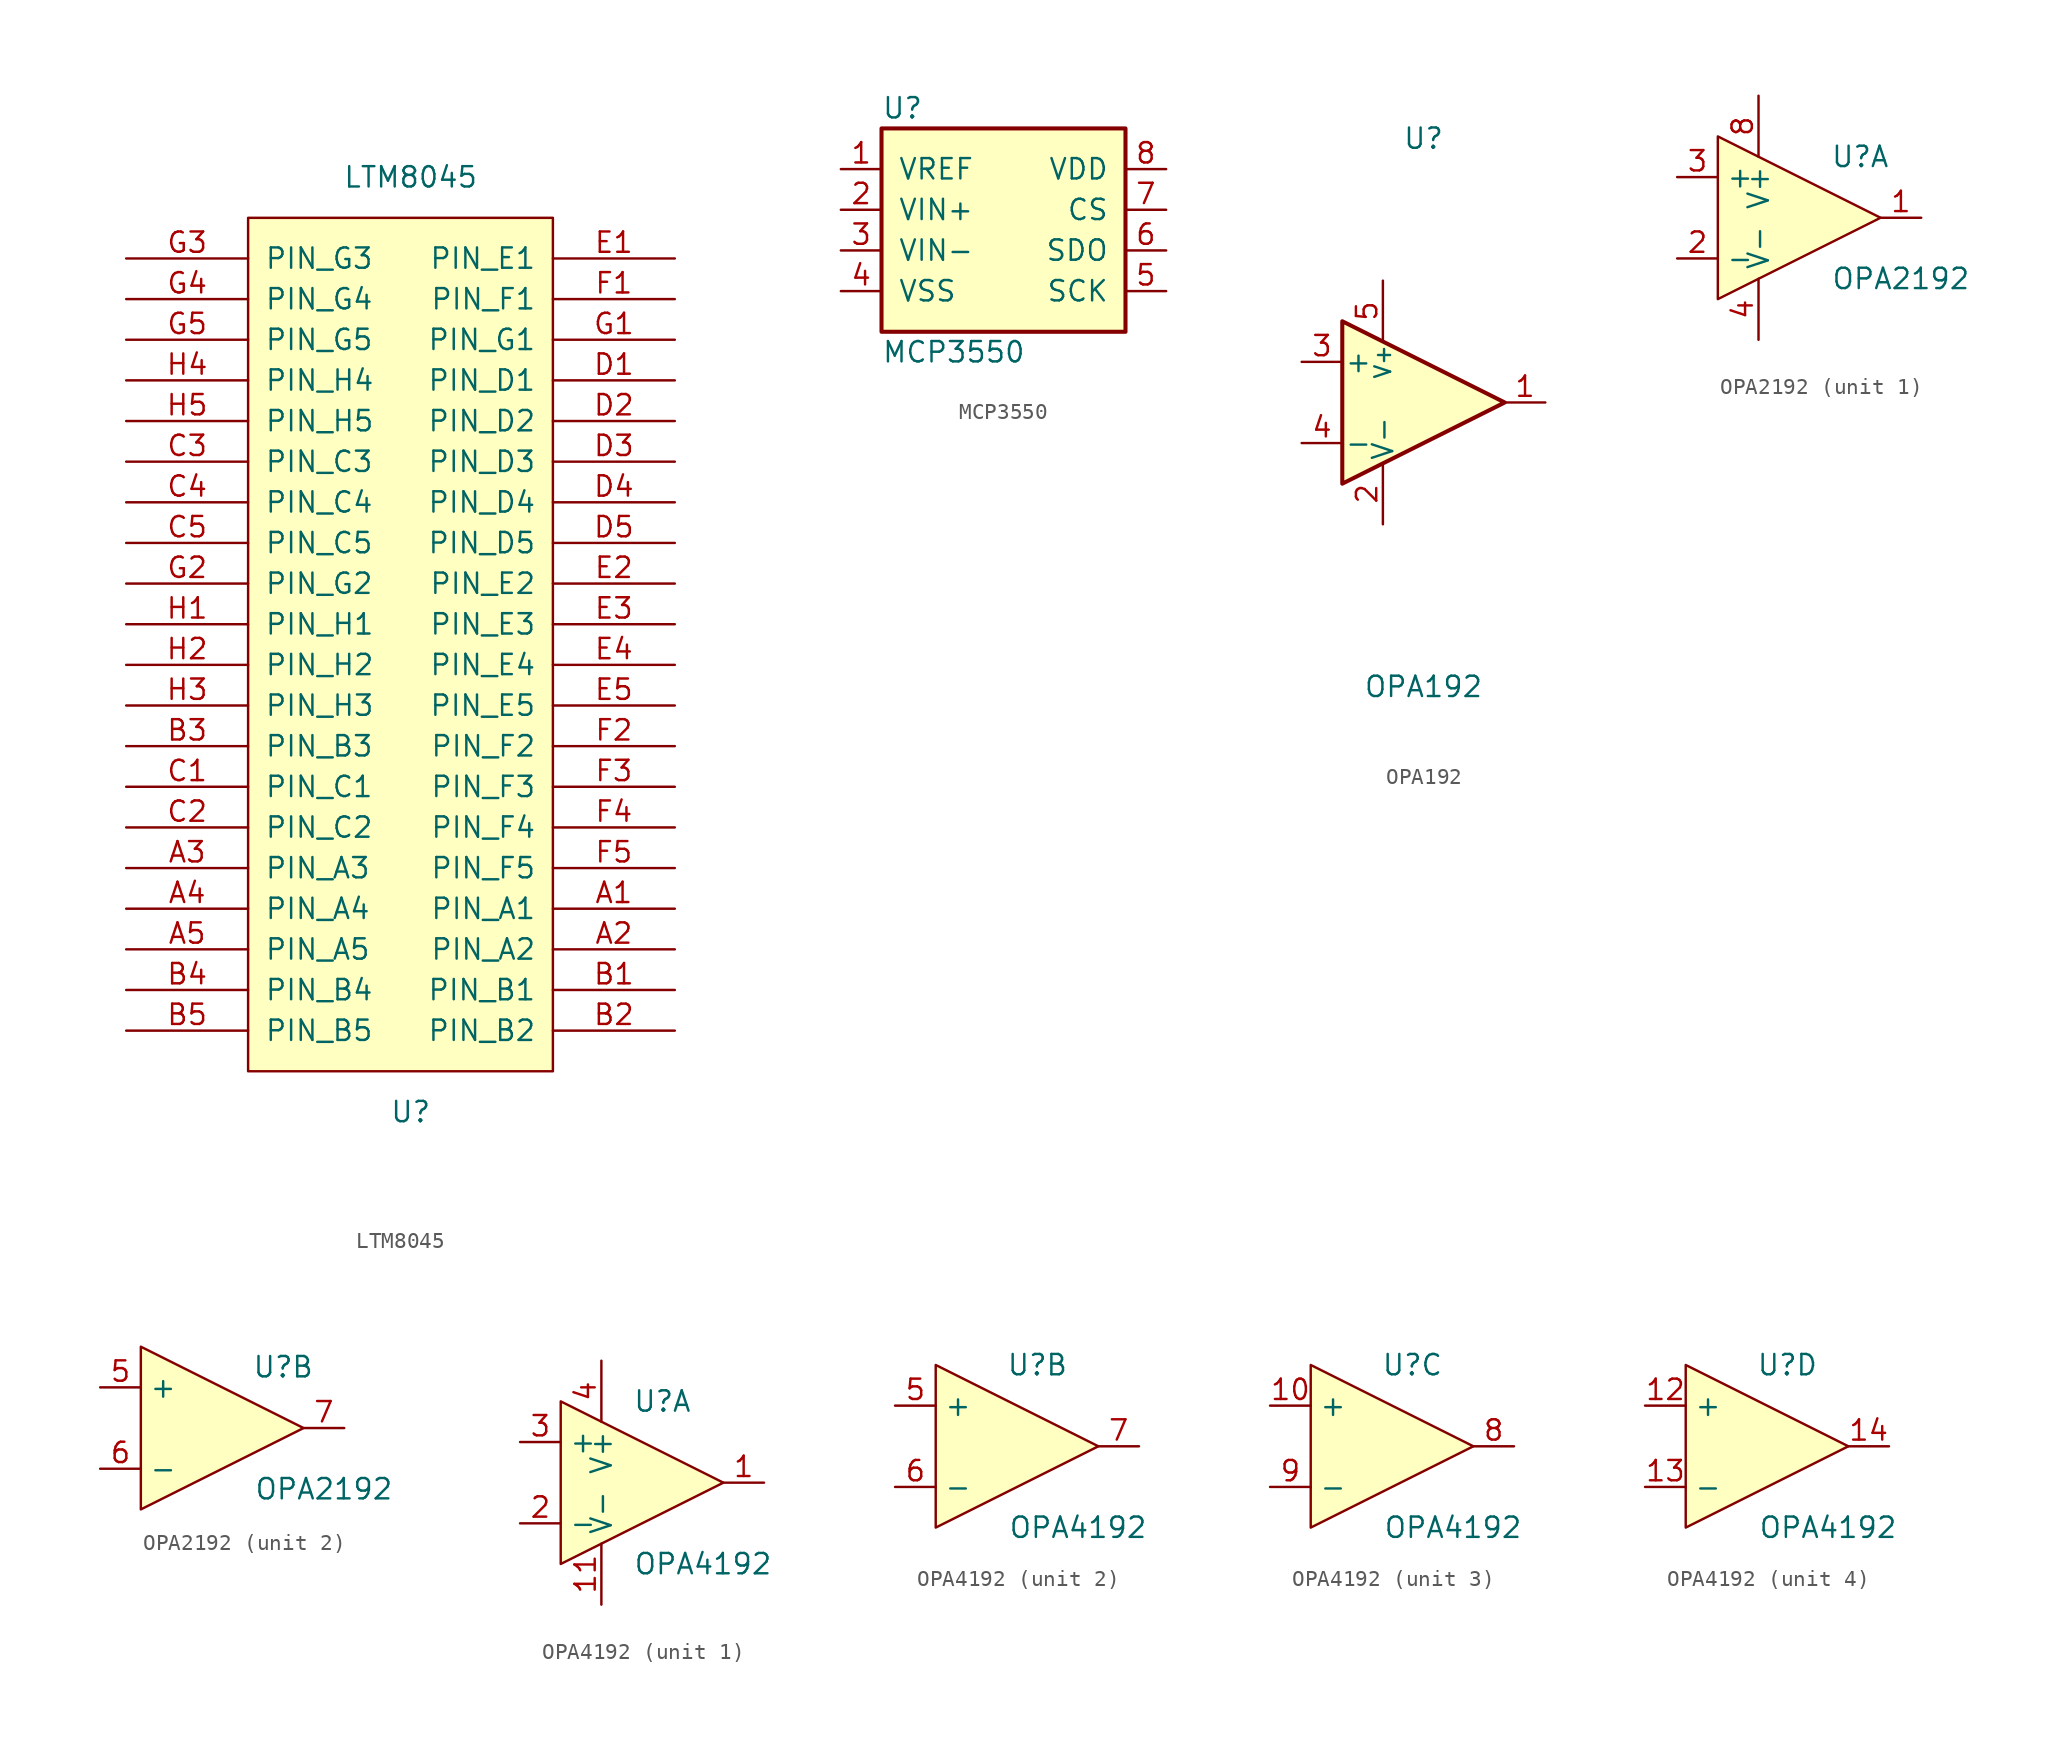
<source format=kicad_sym>
(kicad_symbol_lib
  (version 20211014)
  (generator kicad_symbol_editor)
  (symbol "LTM8045"
    (pin_names
      (offset 1.016))
    (property "Reference" "U"
      (at 0 -27.94 0)
      (effects (font (size 1.27 1.27))))
    (property "Value" "LTM8045"
      (at 0 30.48 0)
      (effects (font (size 1.27 1.27))))
    (symbol "LTM8045_0_1"
      (rectangle (start -10.16 27.94) (end 8.89 -25.4) (stroke (width 0) (type default) (color 0 0 0 0)) (fill (type background))))
    (symbol "LTM8045_1_1"
      (pin passive line (at 16.51 -15.24 180) (length 7.62) (name "PIN_A1" (effects (font (size 1.27 1.27)))) (number "A1" (effects (font (size 1.27 1.27)))))
      (pin passive line (at 16.51 -17.78 180) (length 7.62) (name "PIN_A2" (effects (font (size 1.27 1.27)))) (number "A2" (effects (font (size 1.27 1.27)))))
      (pin passive line (at -17.78 -12.7 0) (length 7.62) (name "PIN_A3" (effects (font (size 1.27 1.27)))) (number "A3" (effects (font (size 1.27 1.27)))))
      (pin passive line (at -17.78 -15.24 0) (length 7.62) (name "PIN_A4" (effects (font (size 1.27 1.27)))) (number "A4" (effects (font (size 1.27 1.27)))))
      (pin passive line (at -17.78 -17.78 0) (length 7.62) (name "PIN_A5" (effects (font (size 1.27 1.27)))) (number "A5" (effects (font (size 1.27 1.27)))))
      (pin passive line (at 16.51 -20.32 180) (length 7.62) (name "PIN_B1" (effects (font (size 1.27 1.27)))) (number "B1" (effects (font (size 1.27 1.27)))))
      (pin passive line (at 16.51 -22.86 180) (length 7.62) (name "PIN_B2" (effects (font (size 1.27 1.27)))) (number "B2" (effects (font (size 1.27 1.27)))))
      (pin passive line (at -17.78 -5.08 0) (length 7.62) (name "PIN_B3" (effects (font (size 1.27 1.27)))) (number "B3" (effects (font (size 1.27 1.27)))))
      (pin passive line (at -17.78 -20.32 0) (length 7.62) (name "PIN_B4" (effects (font (size 1.27 1.27)))) (number "B4" (effects (font (size 1.27 1.27)))))
      (pin power_out line (at -17.78 -22.86 0) (length 7.62) (name "PIN_B5" (effects (font (size 1.27 1.27)))) (number "B5" (effects (font (size 1.27 1.27)))))
      (pin passive line (at -17.78 -7.62 0) (length 7.62) (name "PIN_C1" (effects (font (size 1.27 1.27)))) (number "C1" (effects (font (size 1.27 1.27)))))
      (pin passive line (at -17.78 -10.16 0) (length 7.62) (name "PIN_C2" (effects (font (size 1.27 1.27)))) (number "C2" (effects (font (size 1.27 1.27)))))
      (pin passive line (at -17.78 12.7 0) (length 7.62) (name "PIN_C3" (effects (font (size 1.27 1.27)))) (number "C3" (effects (font (size 1.27 1.27)))))
      (pin passive line (at -17.78 10.16 0) (length 7.62) (name "PIN_C4" (effects (font (size 1.27 1.27)))) (number "C4" (effects (font (size 1.27 1.27)))))
      (pin passive line (at -17.78 7.62 0) (length 7.62) (name "PIN_C5" (effects (font (size 1.27 1.27)))) (number "C5" (effects (font (size 1.27 1.27)))))
      (pin passive line (at 16.51 17.78 180) (length 7.62) (name "PIN_D1" (effects (font (size 1.27 1.27)))) (number "D1" (effects (font (size 1.27 1.27)))))
      (pin passive line (at 16.51 15.24 180) (length 7.62) (name "PIN_D2" (effects (font (size 1.27 1.27)))) (number "D2" (effects (font (size 1.27 1.27)))))
      (pin passive line (at 16.51 12.7 180) (length 7.62) (name "PIN_D3" (effects (font (size 1.27 1.27)))) (number "D3" (effects (font (size 1.27 1.27)))))
      (pin passive line (at 16.51 10.16 180) (length 7.62) (name "PIN_D4" (effects (font (size 1.27 1.27)))) (number "D4" (effects (font (size 1.27 1.27)))))
      (pin passive line (at 16.51 7.62 180) (length 7.62) (name "PIN_D5" (effects (font (size 1.27 1.27)))) (number "D5" (effects (font (size 1.27 1.27)))))
      (pin passive line (at 16.51 25.4 180) (length 7.62) (name "PIN_E1" (effects (font (size 1.27 1.27)))) (number "E1" (effects (font (size 1.27 1.27)))))
      (pin passive line (at 16.51 5.08 180) (length 7.62) (name "PIN_E2" (effects (font (size 1.27 1.27)))) (number "E2" (effects (font (size 1.27 1.27)))))
      (pin passive line (at 16.51 2.54 180) (length 7.62) (name "PIN_E3" (effects (font (size 1.27 1.27)))) (number "E3" (effects (font (size 1.27 1.27)))))
      (pin passive line (at 16.51 0 180) (length 7.62) (name "PIN_E4" (effects (font (size 1.27 1.27)))) (number "E4" (effects (font (size 1.27 1.27)))))
      (pin passive line (at 16.51 -2.54 180) (length 7.62) (name "PIN_E5" (effects (font (size 1.27 1.27)))) (number "E5" (effects (font (size 1.27 1.27)))))
      (pin passive line (at 16.51 22.86 180) (length 7.62) (name "PIN_F1" (effects (font (size 1.27 1.27)))) (number "F1" (effects (font (size 1.27 1.27)))))
      (pin passive line (at 16.51 -5.08 180) (length 7.62) (name "PIN_F2" (effects (font (size 1.27 1.27)))) (number "F2" (effects (font (size 1.27 1.27)))))
      (pin passive line (at 16.51 -7.62 180) (length 7.62) (name "PIN_F3" (effects (font (size 1.27 1.27)))) (number "F3" (effects (font (size 1.27 1.27)))))
      (pin passive line (at 16.51 -10.16 180) (length 7.62) (name "PIN_F4" (effects (font (size 1.27 1.27)))) (number "F4" (effects (font (size 1.27 1.27)))))
      (pin passive line (at 16.51 -12.7 180) (length 7.62) (name "PIN_F5" (effects (font (size 1.27 1.27)))) (number "F5" (effects (font (size 1.27 1.27)))))
      (pin passive line (at 16.51 20.32 180) (length 7.62) (name "PIN_G1" (effects (font (size 1.27 1.27)))) (number "G1" (effects (font (size 1.27 1.27)))))
      (pin passive line (at -17.78 5.08 0) (length 7.62) (name "PIN_G2" (effects (font (size 1.27 1.27)))) (number "G2" (effects (font (size 1.27 1.27)))))
      (pin power_in line (at -17.78 25.4 0) (length 7.62) (name "PIN_G3" (effects (font (size 1.27 1.27)))) (number "G3" (effects (font (size 1.27 1.27)))))
      (pin power_in line (at -17.78 22.86 0) (length 7.62) (name "PIN_G4" (effects (font (size 1.27 1.27)))) (number "G4" (effects (font (size 1.27 1.27)))))
      (pin power_in line (at -17.78 20.32 0) (length 7.62) (name "PIN_G5" (effects (font (size 1.27 1.27)))) (number "G5" (effects (font (size 1.27 1.27)))))
      (pin passive line (at -17.78 2.54 0) (length 7.62) (name "PIN_H1" (effects (font (size 1.27 1.27)))) (number "H1" (effects (font (size 1.27 1.27)))))
      (pin passive line (at -17.78 0 0) (length 7.62) (name "PIN_H2" (effects (font (size 1.27 1.27)))) (number "H2" (effects (font (size 1.27 1.27)))))
      (pin passive line (at -17.78 -2.54 0) (length 7.62) (name "PIN_H3" (effects (font (size 1.27 1.27)))) (number "H3" (effects (font (size 1.27 1.27)))))
      (pin power_in line (at -17.78 17.78 0) (length 7.62) (name "PIN_H4" (effects (font (size 1.27 1.27)))) (number "H4" (effects (font (size 1.27 1.27)))))
      (pin power_in line (at -17.78 15.24 0) (length 7.62) (name "PIN_H5" (effects (font (size 1.27 1.27)))) (number "H5" (effects (font (size 1.27 1.27)))))))
  (symbol "MCP3550"
    (pin_names
      (offset 1.016))
    (property "Reference" "U"
      (at -7.62 8.89 0)
      (effects (font (size 1.27 1.27)) (justify left)))
    (property "Value" "MCP3550"
      (at -7.62 -6.35 0)
      (effects (font (size 1.27 1.27)) (justify left)))
    (property "Footprint" ""
      (at 0 0 0)
      (effects (font (size 1.27 1.27))))
    (property "Datasheet" ""
      (at 0 0 0)
      (effects (font (size 1.27 1.27))))
    (symbol "MCP3550_0_0"
      (rectangle (start -7.62 7.62) (end 7.62 -5.08) (stroke (width 0.254) (type default) (color 0 0 0 0)) (fill (type background)))
      (pin input line (at -10.16 5.08 0) (length 2.54) (name "VREF" (effects (font (size 1.27 1.27)))) (number "1" (effects (font (size 1.27 1.27)))))
      (pin input line (at -10.16 2.54 0) (length 2.54) (name "VIN+" (effects (font (size 1.27 1.27)))) (number "2" (effects (font (size 1.27 1.27)))))
      (pin input line (at -10.16 0 0) (length 2.54) (name "VIN-" (effects (font (size 1.27 1.27)))) (number "3" (effects (font (size 1.27 1.27)))))
      (pin power_in line (at -10.16 -2.54 0) (length 2.54) (name "VSS" (effects (font (size 1.27 1.27)))) (number "4" (effects (font (size 1.27 1.27)))))
      (pin input line (at 10.16 -2.54 180) (length 2.54) (name "SCK" (effects (font (size 1.27 1.27)))) (number "5" (effects (font (size 1.27 1.27)))))
      (pin output line (at 10.16 0 180) (length 2.54) (name "SDO" (effects (font (size 1.27 1.27)))) (number "6" (effects (font (size 1.27 1.27)))))
      (pin input line (at 10.16 2.54 180) (length 2.54) (name "CS" (effects (font (size 1.27 1.27)))) (number "7" (effects (font (size 1.27 1.27)))))
      (pin power_in line (at 10.16 5.08 180) (length 2.54) (name "VDD" (effects (font (size 1.27 1.27)))) (number "8" (effects (font (size 1.27 1.27)))))))
  (symbol "OPA192"
    (pin_names
      (offset 0.127))
    (property "Reference" "U"
      (at 0 16.51 0)
      (effects (font (size 1.27 1.27))))
    (property "Value" "OPA192"
      (at 0 -17.78 0)
      (effects (font (size 1.27 1.27))))
    (symbol "OPA192_1_1"
      (polyline (pts (xy -5.08 5.08) (xy 5.08 0) (xy -5.08 -5.08) (xy -5.08 5.08)) (stroke (width 0.254) (type default) (color 0 0 0 0)) (fill (type background)))
      (pin output line (at 7.62 0 180) (length 2.54) (name "~" (effects (font (size 1.27 1.27)))) (number "1" (effects (font (size 1.27 1.27)))))
      (pin power_in line (at -2.54 -7.62 90) (length 3.81) (name "V-" (effects (font (size 1.27 1.27)))) (number "2" (effects (font (size 1.27 1.27)))))
      (pin input line (at -7.62 2.54 0) (length 2.54) (name "+" (effects (font (size 1.27 1.27)))) (number "3" (effects (font (size 1.27 1.27)))))
      (pin input line (at -7.62 -2.54 0) (length 2.54) (name "-" (effects (font (size 1.27 1.27)))) (number "4" (effects (font (size 1.27 1.27)))))
      (pin power_in line (at -2.54 7.62 270) (length 3.81) (name "V+" (effects (font (size 0.991 0.991)))) (number "5" (effects (font (size 1.27 1.27)))))))
  (symbol "OPA2192"
    (property "Reference" "U"
      (at 3.81 3.81 0)
      (effects (font (size 1.27 1.27))))
    (property "Value" "OPA2192"
      (at 6.35 -3.81 0)
      (effects (font (size 1.27 1.27))))
    (property "Footprint" ""
      (at 0 0 0)
      (effects (font (size 1.27 1.27))))
    (property "Datasheet" ""
      (at 0 0 0)
      (effects (font (size 1.27 1.27))))
    (symbol "OPA2192_0_1"
      (polyline (pts (xy -5.08 5.08) (xy 5.08 0) (xy -5.08 -5.08) (xy -5.08 5.08)) (stroke (width 0.152) (type default) (color 0 0 0 0)) (fill (type background))))
    (symbol "OPA2192_1_1"
      (pin open_collector line (at 7.62 0 180) (length 2.54) (name "~" (effects (font (size 1.27 1.27)))) (number "1" (effects (font (size 1.27 1.27)))))
      (pin input line (at -7.62 -2.54 0) (length 2.54) (name "-" (effects (font (size 1.27 1.27)))) (number "2" (effects (font (size 1.27 1.27)))))
      (pin input line (at -7.62 2.54 0) (length 2.54) (name "+" (effects (font (size 1.27 1.27)))) (number "3" (effects (font (size 1.27 1.27)))))
      (pin power_in line (at -2.54 -7.62 90) (length 3.81) (name "V-" (effects (font (size 1.27 1.27)))) (number "4" (effects (font (size 1.27 1.27)))))
      (pin power_in line (at -2.54 7.62 270) (length 3.81) (name "V+" (effects (font (size 1.27 1.27)))) (number "8" (effects (font (size 1.27 1.27))))))
    (symbol "OPA2192_2_1"
      (pin input line (at -7.62 2.54 0) (length 2.54) (name "+" (effects (font (size 1.27 1.27)))) (number "5" (effects (font (size 1.27 1.27)))))
      (pin input line (at -7.62 -2.54 0) (length 2.54) (name "-" (effects (font (size 1.27 1.27)))) (number "6" (effects (font (size 1.27 1.27)))))
      (pin open_collector line (at 7.62 0 180) (length 2.54) (name "~" (effects (font (size 1.27 1.27)))) (number "7" (effects (font (size 1.27 1.27)))))))
  (symbol "OPA4192"
    (property "Reference" "U"
      (at 1.27 5.08 0)
      (effects (font (size 1.27 1.27))))
    (property "Value" "OPA4192"
      (at 3.81 -5.08 0)
      (effects (font (size 1.27 1.27))))
    (property "Footprint" ""
      (at -1.27 2.54 0)
      (effects (font (size 1.27 1.27))))
    (property "Datasheet" ""
      (at 1.27 5.08 0)
      (effects (font (size 1.27 1.27))))
    (symbol "OPA4192_0_1"
      (polyline (pts (xy -5.08 5.08) (xy 5.08 0) (xy -5.08 -5.08) (xy -5.08 5.08)) (stroke (width 0.152) (type default) (color 0 0 0 0)) (fill (type background))))
    (symbol "OPA4192_1_1"
      (pin output line (at 7.62 0 180) (length 2.54) (name "~" (effects (font (size 1.27 1.27)))) (number "1" (effects (font (size 1.27 1.27)))))
      (pin power_in line (at -2.54 -7.62 90) (length 3.81) (name "V-" (effects (font (size 1.27 1.27)))) (number "11" (effects (font (size 1.27 1.27)))))
      (pin input line (at -7.62 -2.54 0) (length 2.54) (name "-" (effects (font (size 1.27 1.27)))) (number "2" (effects (font (size 1.27 1.27)))))
      (pin input line (at -7.62 2.54 0) (length 2.54) (name "+" (effects (font (size 1.27 1.27)))) (number "3" (effects (font (size 1.27 1.27)))))
      (pin power_in line (at -2.54 7.62 270) (length 3.81) (name "V+" (effects (font (size 1.27 1.27)))) (number "4" (effects (font (size 1.27 1.27))))))
    (symbol "OPA4192_2_1"
      (pin input line (at -7.62 2.54 0) (length 2.54) (name "+" (effects (font (size 1.27 1.27)))) (number "5" (effects (font (size 1.27 1.27)))))
      (pin input line (at -7.62 -2.54 0) (length 2.54) (name "-" (effects (font (size 1.27 1.27)))) (number "6" (effects (font (size 1.27 1.27)))))
      (pin output line (at 7.62 0 180) (length 2.54) (name "~" (effects (font (size 1.27 1.27)))) (number "7" (effects (font (size 1.27 1.27))))))
    (symbol "OPA4192_3_1"
      (pin input line (at -7.62 2.54 0) (length 2.54) (name "+" (effects (font (size 1.27 1.27)))) (number "10" (effects (font (size 1.27 1.27)))))
      (pin output line (at 7.62 0 180) (length 2.54) (name "~" (effects (font (size 1.27 1.27)))) (number "8" (effects (font (size 1.27 1.27)))))
      (pin input line (at -7.62 -2.54 0) (length 2.54) (name "-" (effects (font (size 1.27 1.27)))) (number "9" (effects (font (size 1.27 1.27))))))
    (symbol "OPA4192_4_1"
      (pin input line (at -7.62 2.54 0) (length 2.54) (name "+" (effects (font (size 1.27 1.27)))) (number "12" (effects (font (size 1.27 1.27)))))
      (pin input line (at -7.62 -2.54 0) (length 2.54) (name "-" (effects (font (size 1.27 1.27)))) (number "13" (effects (font (size 1.27 1.27)))))
      (pin output line (at 7.62 0 180) (length 2.54) (name "~" (effects (font (size 1.27 1.27)))) (number "14" (effects (font (size 1.27 1.27))))))))
</source>
